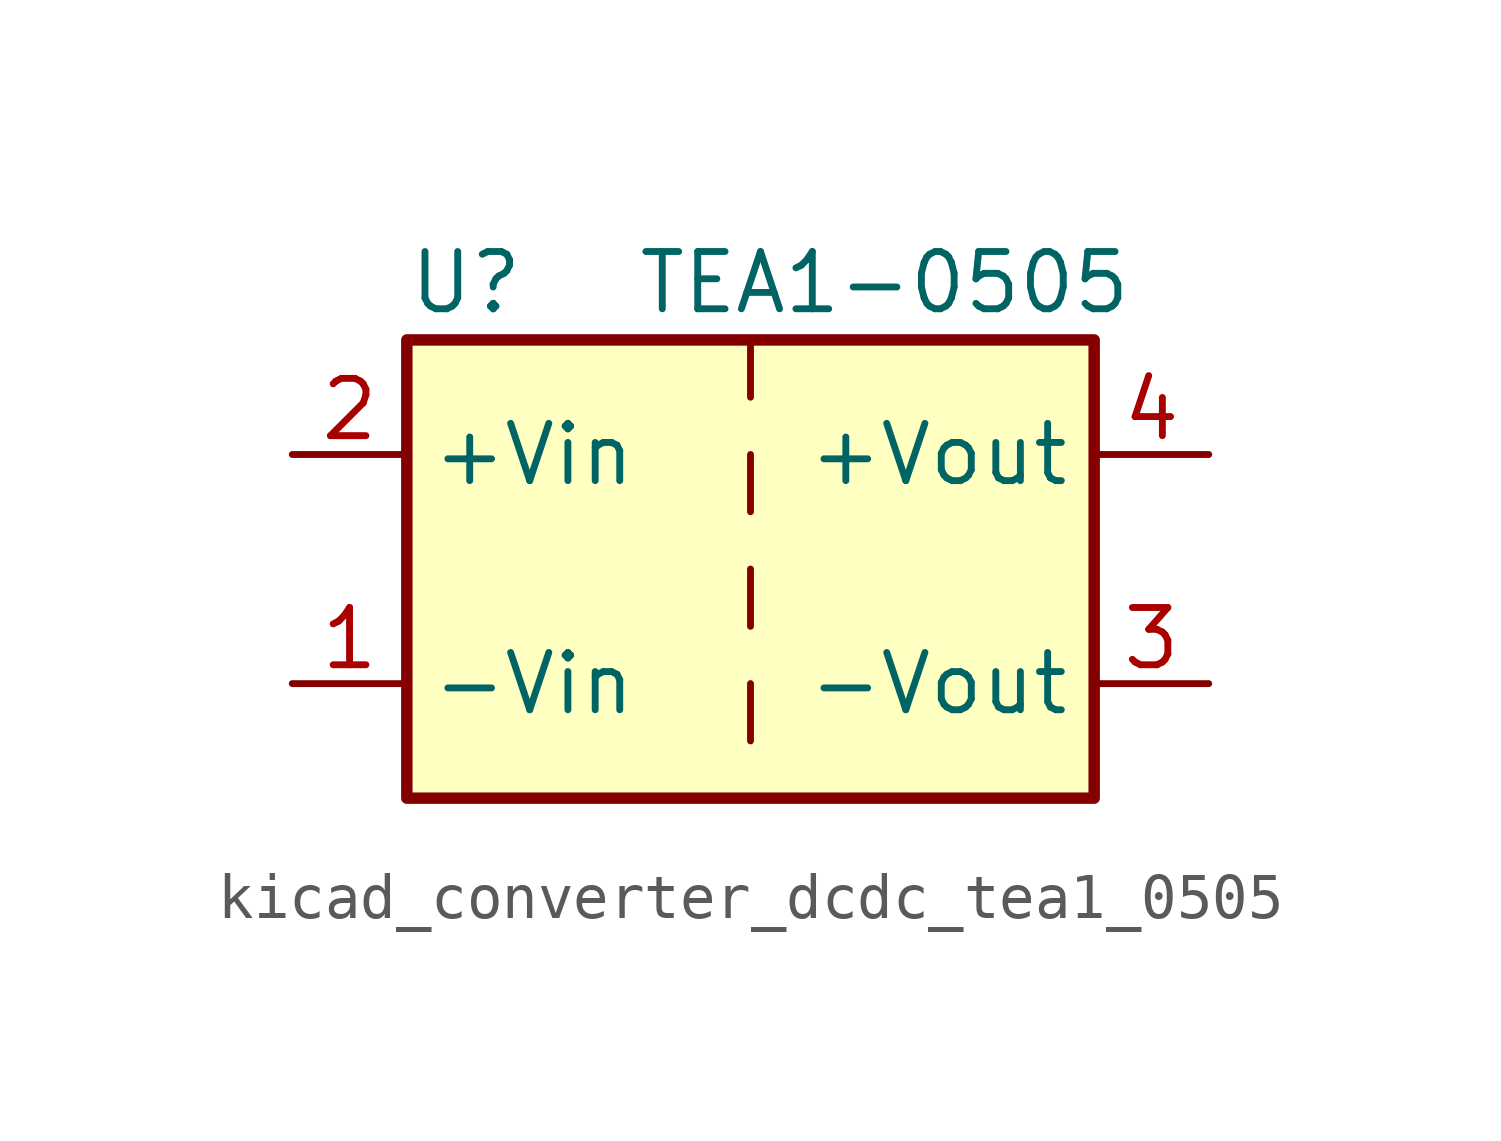
<source format=kicad_sym>
(kicad_symbol_lib
  (version 20220914)
  (generator kicad_symbol_editor)
  (symbol "kicad_converter_dcdc_tea1_0505"
    (property "Reference" "U"
      (at -7.62 6.35 0)
      (effects (font (size 1.27 1.27)) (justify left)))
    (property "Value" "TEA1-0505"
      (at -2.54 6.35 0)
      (effects (font (size 1.27 1.27)) (justify left)))
    (symbol "kicad_converter_dcdc_tea1_0505_0_0"
      (pin power_in line (at -10.16 -2.54 0) (length 2.54) (name "-Vin" (effects (font (size 1.27 1.27)))) (number "1" (effects (font (size 1.27 1.27)))))
      (pin power_in line (at -10.16 2.54 0) (length 2.54) (name "+Vin" (effects (font (size 1.27 1.27)))) (number "2" (effects (font (size 1.27 1.27)))))
      (pin power_out line (at 10.16 -2.54 180) (length 2.54) (name "-Vout" (effects (font (size 1.27 1.27)))) (number "3" (effects (font (size 1.27 1.27)))))
      (pin power_out line (at 10.16 2.54 180) (length 2.54) (name "+Vout" (effects (font (size 1.27 1.27)))) (number "4" (effects (font (size 1.27 1.27))))))
    (symbol "kicad_converter_dcdc_tea1_0505_0_1"
      (rectangle (start -7.62 5.08) (end 7.62 -5.08) (stroke (width 0.254) (type default)) (fill (type background)))
      (polyline (pts (xy 0 -2.54) (xy 0 -3.81)) (stroke (width 0) (type default)) (fill (type none)))
      (polyline (pts (xy 0 0) (xy 0 -1.27)) (stroke (width 0) (type default)) (fill (type none)))
      (polyline (pts (xy 0 2.54) (xy 0 1.27)) (stroke (width 0) (type default)) (fill (type none)))
      (polyline (pts (xy 0 5.08) (xy 0 3.81)) (stroke (width 0) (type default)) (fill (type none))))))
</source>
